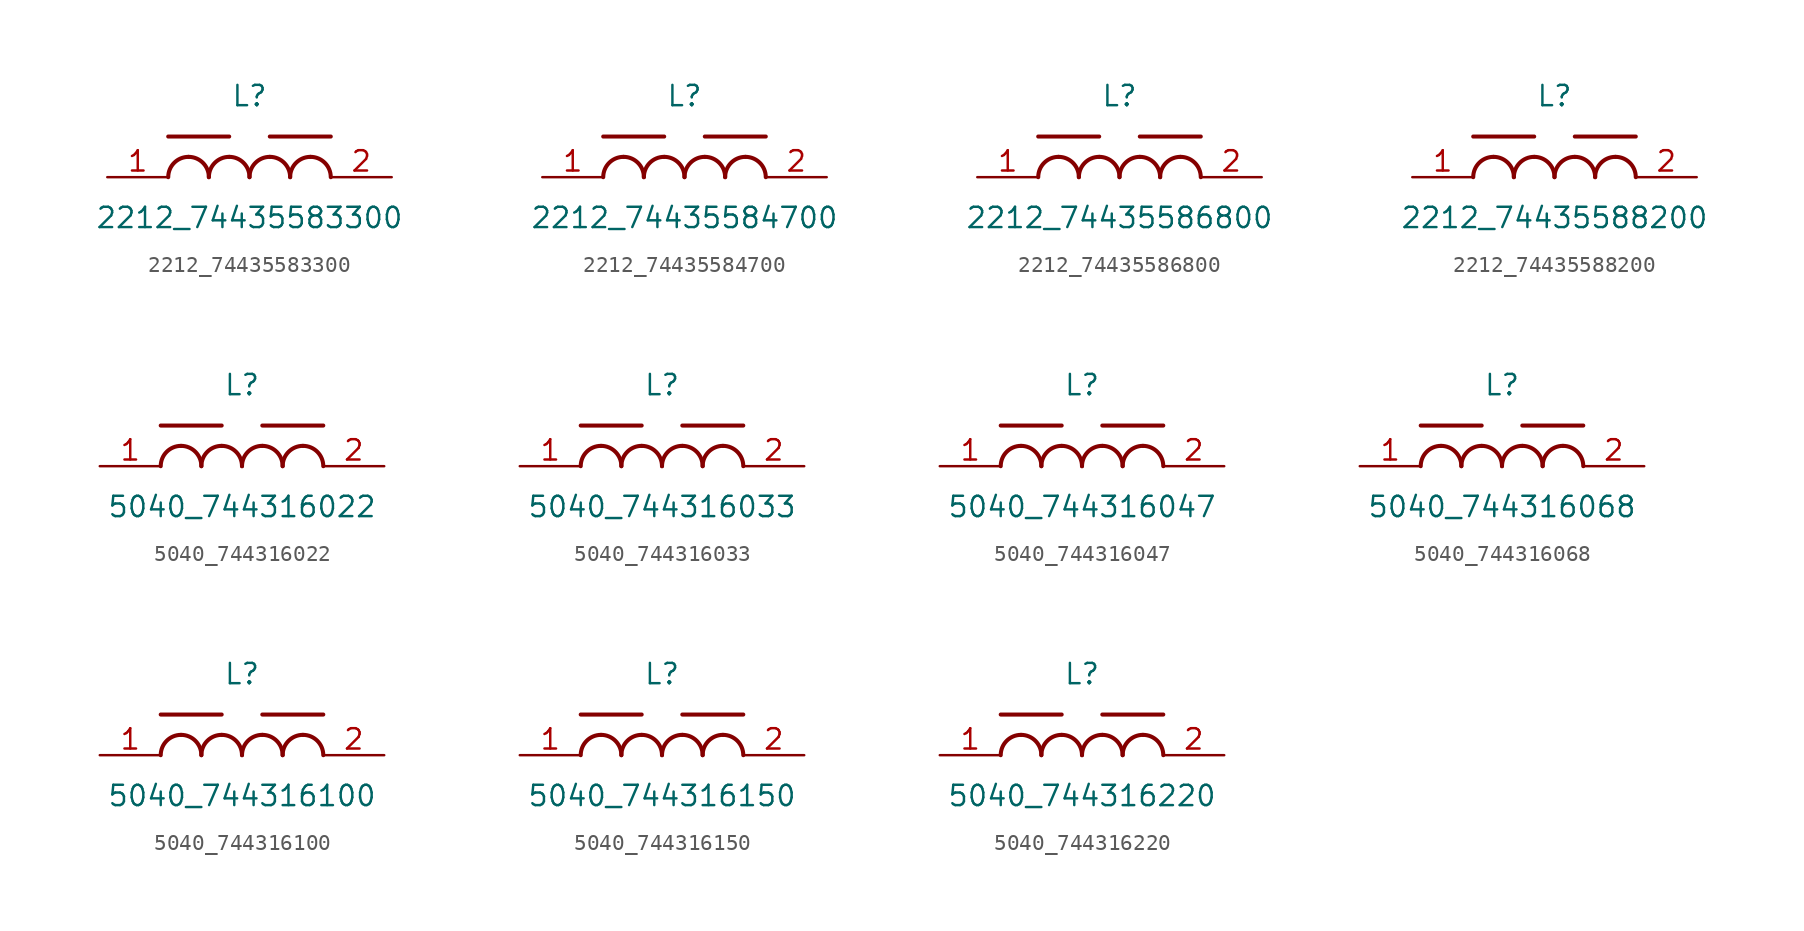
<source format=kicad_sym>
(kicad_symbol_lib
  (version 20211014)
  (generator kicad_symbol_editor)
  (symbol "Inductor_Wurth_WE-HCI:2212_74435583300"
    (pin_names hide)
    (property "Reference" "L"
      (at 0 5.08 0)
      (effects (font (size 1.27 1.27))))
    (property "Value" "2212_74435583300"
      (at 0 -2.54 0)
      (effects (font (size 1.27 1.27))))
    (symbol "2212_74435583300_0_1"
      (arc (start -3.81 1.27) (mid -4.708 0.898) (end -5.08 0) (stroke (width 0.254) (type default) (color 0 0 0 0)) (fill (type none)))
      (arc (start -2.54 0) (mid -2.912 0.898) (end -3.81 1.27) (stroke (width 0.254) (type default) (color 0 0 0 0)) (fill (type none)))
      (arc (start -1.2699 1.2701) (mid -2.1679 0.8981) (end -2.5399 0.0001) (stroke (width 0.254) (type default) (color 0 0 0 0)) (fill (type none)))
      (polyline (pts (xy -5.08 2.54) (xy -1.27 2.54)) (stroke (width 0.254) (type default) (color 0 0 0 0)) (fill (type none)))
      (polyline (pts (xy 5.08 2.54) (xy 1.27 2.54)) (stroke (width 0.254) (type default) (color 0 0 0 0)) (fill (type none)))
      (arc (start 0.0001 0.0001) (mid -0.3719 0.8981) (end -1.2699 1.2701) (stroke (width 0.254) (type default) (color 0 0 0 0)) (fill (type none)))
      (arc (start 1.2701 1.2701) (mid 0.3721 0.8981) (end 0.0001 0.0001) (stroke (width 0.254) (type default) (color 0 0 0 0)) (fill (type none)))
      (arc (start 2.5401 0.0001) (mid 2.1681 0.8981) (end 1.2701 1.2701) (stroke (width 0.254) (type default) (color 0 0 0 0)) (fill (type none)))
      (arc (start 3.8101 1.2701) (mid 2.9121 0.8981) (end 2.5401 0.0001) (stroke (width 0.254) (type default) (color 0 0 0 0)) (fill (type none)))
      (arc (start 5.0801 0.0001) (mid 4.7081 0.8981) (end 3.8101 1.2701) (stroke (width 0.254) (type default) (color 0 0 0 0)) (fill (type none))))
    (symbol "2212_74435583300_1_1"
      (pin passive line (at -8.89 0 0) (length 3.81) (name "1" (effects (font (size 1.27 1.27)))) (number "1" (effects (font (size 1.27 1.27)))))
      (pin passive line (at 8.89 0 180) (length 3.81) (name "2" (effects (font (size 1.27 1.27)))) (number "2" (effects (font (size 1.27 1.27)))))))
  (symbol "Inductor_Wurth_WE-HCI:2212_74435584700"
    (pin_names hide)
    (property "Reference" "L"
      (at 0 5.08 0)
      (effects (font (size 1.27 1.27))))
    (property "Value" "2212_74435584700"
      (at 0 -2.54 0)
      (effects (font (size 1.27 1.27))))
    (symbol "2212_74435584700_0_1"
      (arc (start -3.81 1.27) (mid -4.708 0.898) (end -5.08 0) (stroke (width 0.254) (type default) (color 0 0 0 0)) (fill (type none)))
      (arc (start -2.54 0) (mid -2.912 0.898) (end -3.81 1.27) (stroke (width 0.254) (type default) (color 0 0 0 0)) (fill (type none)))
      (arc (start -1.2699 1.2701) (mid -2.1679 0.8981) (end -2.5399 0.0001) (stroke (width 0.254) (type default) (color 0 0 0 0)) (fill (type none)))
      (polyline (pts (xy -5.08 2.54) (xy -1.27 2.54)) (stroke (width 0.254) (type default) (color 0 0 0 0)) (fill (type none)))
      (polyline (pts (xy 5.08 2.54) (xy 1.27 2.54)) (stroke (width 0.254) (type default) (color 0 0 0 0)) (fill (type none)))
      (arc (start 0.0001 0.0001) (mid -0.3719 0.8981) (end -1.2699 1.2701) (stroke (width 0.254) (type default) (color 0 0 0 0)) (fill (type none)))
      (arc (start 1.2701 1.2701) (mid 0.3721 0.8981) (end 0.0001 0.0001) (stroke (width 0.254) (type default) (color 0 0 0 0)) (fill (type none)))
      (arc (start 2.5401 0.0001) (mid 2.1681 0.8981) (end 1.2701 1.2701) (stroke (width 0.254) (type default) (color 0 0 0 0)) (fill (type none)))
      (arc (start 3.8101 1.2701) (mid 2.9121 0.8981) (end 2.5401 0.0001) (stroke (width 0.254) (type default) (color 0 0 0 0)) (fill (type none)))
      (arc (start 5.0801 0.0001) (mid 4.7081 0.8981) (end 3.8101 1.2701) (stroke (width 0.254) (type default) (color 0 0 0 0)) (fill (type none))))
    (symbol "2212_74435584700_1_1"
      (pin passive line (at -8.89 0 0) (length 3.81) (name "1" (effects (font (size 1.27 1.27)))) (number "1" (effects (font (size 1.27 1.27)))))
      (pin passive line (at 8.89 0 180) (length 3.81) (name "2" (effects (font (size 1.27 1.27)))) (number "2" (effects (font (size 1.27 1.27)))))))
  (symbol "Inductor_Wurth_WE-HCI:2212_74435586800"
    (pin_names hide)
    (property "Reference" "L"
      (at 0 5.08 0)
      (effects (font (size 1.27 1.27))))
    (property "Value" "2212_74435586800"
      (at 0 -2.54 0)
      (effects (font (size 1.27 1.27))))
    (symbol "2212_74435586800_0_1"
      (arc (start -3.81 1.27) (mid -4.708 0.898) (end -5.08 0) (stroke (width 0.254) (type default) (color 0 0 0 0)) (fill (type none)))
      (arc (start -2.54 0) (mid -2.912 0.898) (end -3.81 1.27) (stroke (width 0.254) (type default) (color 0 0 0 0)) (fill (type none)))
      (arc (start -1.2699 1.2701) (mid -2.1679 0.8981) (end -2.5399 0.0001) (stroke (width 0.254) (type default) (color 0 0 0 0)) (fill (type none)))
      (polyline (pts (xy -5.08 2.54) (xy -1.27 2.54)) (stroke (width 0.254) (type default) (color 0 0 0 0)) (fill (type none)))
      (polyline (pts (xy 5.08 2.54) (xy 1.27 2.54)) (stroke (width 0.254) (type default) (color 0 0 0 0)) (fill (type none)))
      (arc (start 0.0001 0.0001) (mid -0.3719 0.8981) (end -1.2699 1.2701) (stroke (width 0.254) (type default) (color 0 0 0 0)) (fill (type none)))
      (arc (start 1.2701 1.2701) (mid 0.3721 0.8981) (end 0.0001 0.0001) (stroke (width 0.254) (type default) (color 0 0 0 0)) (fill (type none)))
      (arc (start 2.5401 0.0001) (mid 2.1681 0.8981) (end 1.2701 1.2701) (stroke (width 0.254) (type default) (color 0 0 0 0)) (fill (type none)))
      (arc (start 3.8101 1.2701) (mid 2.9121 0.8981) (end 2.5401 0.0001) (stroke (width 0.254) (type default) (color 0 0 0 0)) (fill (type none)))
      (arc (start 5.0801 0.0001) (mid 4.7081 0.8981) (end 3.8101 1.2701) (stroke (width 0.254) (type default) (color 0 0 0 0)) (fill (type none))))
    (symbol "2212_74435586800_1_1"
      (pin passive line (at -8.89 0 0) (length 3.81) (name "1" (effects (font (size 1.27 1.27)))) (number "1" (effects (font (size 1.27 1.27)))))
      (pin passive line (at 8.89 0 180) (length 3.81) (name "2" (effects (font (size 1.27 1.27)))) (number "2" (effects (font (size 1.27 1.27)))))))
  (symbol "Inductor_Wurth_WE-HCI:2212_74435588200"
    (pin_names hide)
    (property "Reference" "L"
      (at 0 5.08 0)
      (effects (font (size 1.27 1.27))))
    (property "Value" "2212_74435588200"
      (at 0 -2.54 0)
      (effects (font (size 1.27 1.27))))
    (symbol "2212_74435588200_0_1"
      (arc (start -3.81 1.27) (mid -4.708 0.898) (end -5.08 0) (stroke (width 0.254) (type default) (color 0 0 0 0)) (fill (type none)))
      (arc (start -2.54 0) (mid -2.912 0.898) (end -3.81 1.27) (stroke (width 0.254) (type default) (color 0 0 0 0)) (fill (type none)))
      (arc (start -1.2699 1.2701) (mid -2.1679 0.8981) (end -2.5399 0.0001) (stroke (width 0.254) (type default) (color 0 0 0 0)) (fill (type none)))
      (polyline (pts (xy -5.08 2.54) (xy -1.27 2.54)) (stroke (width 0.254) (type default) (color 0 0 0 0)) (fill (type none)))
      (polyline (pts (xy 5.08 2.54) (xy 1.27 2.54)) (stroke (width 0.254) (type default) (color 0 0 0 0)) (fill (type none)))
      (arc (start 0.0001 0.0001) (mid -0.3719 0.8981) (end -1.2699 1.2701) (stroke (width 0.254) (type default) (color 0 0 0 0)) (fill (type none)))
      (arc (start 1.2701 1.2701) (mid 0.3721 0.8981) (end 0.0001 0.0001) (stroke (width 0.254) (type default) (color 0 0 0 0)) (fill (type none)))
      (arc (start 2.5401 0.0001) (mid 2.1681 0.8981) (end 1.2701 1.2701) (stroke (width 0.254) (type default) (color 0 0 0 0)) (fill (type none)))
      (arc (start 3.8101 1.2701) (mid 2.9121 0.8981) (end 2.5401 0.0001) (stroke (width 0.254) (type default) (color 0 0 0 0)) (fill (type none)))
      (arc (start 5.0801 0.0001) (mid 4.7081 0.8981) (end 3.8101 1.2701) (stroke (width 0.254) (type default) (color 0 0 0 0)) (fill (type none))))
    (symbol "2212_74435588200_1_1"
      (pin passive line (at -8.89 0 0) (length 3.81) (name "1" (effects (font (size 1.27 1.27)))) (number "1" (effects (font (size 1.27 1.27)))))
      (pin passive line (at 8.89 0 180) (length 3.81) (name "2" (effects (font (size 1.27 1.27)))) (number "2" (effects (font (size 1.27 1.27)))))))
  (symbol "Inductor_Wurth_WE-HCI:5040_744316022"
    (pin_names hide)
    (property "Reference" "L"
      (at 0 5.08 0)
      (effects (font (size 1.27 1.27))))
    (property "Value" "5040_744316022"
      (at 0 -2.54 0)
      (effects (font (size 1.27 1.27))))
    (symbol "5040_744316022_0_1"
      (arc (start -3.81 1.27) (mid -4.708 0.898) (end -5.08 0) (stroke (width 0.254) (type default) (color 0 0 0 0)) (fill (type none)))
      (arc (start -2.54 0) (mid -2.912 0.898) (end -3.81 1.27) (stroke (width 0.254) (type default) (color 0 0 0 0)) (fill (type none)))
      (arc (start -1.2699 1.2701) (mid -2.1679 0.8981) (end -2.5399 0.0001) (stroke (width 0.254) (type default) (color 0 0 0 0)) (fill (type none)))
      (polyline (pts (xy -5.08 2.54) (xy -1.27 2.54)) (stroke (width 0.254) (type default) (color 0 0 0 0)) (fill (type none)))
      (polyline (pts (xy 5.08 2.54) (xy 1.27 2.54)) (stroke (width 0.254) (type default) (color 0 0 0 0)) (fill (type none)))
      (arc (start 0.0001 0.0001) (mid -0.3719 0.8981) (end -1.2699 1.2701) (stroke (width 0.254) (type default) (color 0 0 0 0)) (fill (type none)))
      (arc (start 1.2701 1.2701) (mid 0.3721 0.8981) (end 0.0001 0.0001) (stroke (width 0.254) (type default) (color 0 0 0 0)) (fill (type none)))
      (arc (start 2.5401 0.0001) (mid 2.1681 0.8981) (end 1.2701 1.2701) (stroke (width 0.254) (type default) (color 0 0 0 0)) (fill (type none)))
      (arc (start 3.8101 1.2701) (mid 2.9121 0.8981) (end 2.5401 0.0001) (stroke (width 0.254) (type default) (color 0 0 0 0)) (fill (type none)))
      (arc (start 5.0801 0.0001) (mid 4.7081 0.8981) (end 3.8101 1.2701) (stroke (width 0.254) (type default) (color 0 0 0 0)) (fill (type none))))
    (symbol "5040_744316022_1_1"
      (pin passive line (at -8.89 0 0) (length 3.81) (name "1" (effects (font (size 1.27 1.27)))) (number "1" (effects (font (size 1.27 1.27)))))
      (pin passive line (at 8.89 0 180) (length 3.81) (name "2" (effects (font (size 1.27 1.27)))) (number "2" (effects (font (size 1.27 1.27)))))))
  (symbol "Inductor_Wurth_WE-HCI:5040_744316033"
    (pin_names hide)
    (property "Reference" "L"
      (at 0 5.08 0)
      (effects (font (size 1.27 1.27))))
    (property "Value" "5040_744316033"
      (at 0 -2.54 0)
      (effects (font (size 1.27 1.27))))
    (symbol "5040_744316033_0_1"
      (arc (start -3.81 1.27) (mid -4.708 0.898) (end -5.08 0) (stroke (width 0.254) (type default) (color 0 0 0 0)) (fill (type none)))
      (arc (start -2.54 0) (mid -2.912 0.898) (end -3.81 1.27) (stroke (width 0.254) (type default) (color 0 0 0 0)) (fill (type none)))
      (arc (start -1.2699 1.2701) (mid -2.1679 0.8981) (end -2.5399 0.0001) (stroke (width 0.254) (type default) (color 0 0 0 0)) (fill (type none)))
      (polyline (pts (xy -5.08 2.54) (xy -1.27 2.54)) (stroke (width 0.254) (type default) (color 0 0 0 0)) (fill (type none)))
      (polyline (pts (xy 5.08 2.54) (xy 1.27 2.54)) (stroke (width 0.254) (type default) (color 0 0 0 0)) (fill (type none)))
      (arc (start 0.0001 0.0001) (mid -0.3719 0.8981) (end -1.2699 1.2701) (stroke (width 0.254) (type default) (color 0 0 0 0)) (fill (type none)))
      (arc (start 1.2701 1.2701) (mid 0.3721 0.8981) (end 0.0001 0.0001) (stroke (width 0.254) (type default) (color 0 0 0 0)) (fill (type none)))
      (arc (start 2.5401 0.0001) (mid 2.1681 0.8981) (end 1.2701 1.2701) (stroke (width 0.254) (type default) (color 0 0 0 0)) (fill (type none)))
      (arc (start 3.8101 1.2701) (mid 2.9121 0.8981) (end 2.5401 0.0001) (stroke (width 0.254) (type default) (color 0 0 0 0)) (fill (type none)))
      (arc (start 5.0801 0.0001) (mid 4.7081 0.8981) (end 3.8101 1.2701) (stroke (width 0.254) (type default) (color 0 0 0 0)) (fill (type none))))
    (symbol "5040_744316033_1_1"
      (pin passive line (at -8.89 0 0) (length 3.81) (name "1" (effects (font (size 1.27 1.27)))) (number "1" (effects (font (size 1.27 1.27)))))
      (pin passive line (at 8.89 0 180) (length 3.81) (name "2" (effects (font (size 1.27 1.27)))) (number "2" (effects (font (size 1.27 1.27)))))))
  (symbol "Inductor_Wurth_WE-HCI:5040_744316047"
    (pin_names hide)
    (property "Reference" "L"
      (at 0 5.08 0)
      (effects (font (size 1.27 1.27))))
    (property "Value" "5040_744316047"
      (at 0 -2.54 0)
      (effects (font (size 1.27 1.27))))
    (symbol "5040_744316047_0_1"
      (arc (start -3.81 1.27) (mid -4.708 0.898) (end -5.08 0) (stroke (width 0.254) (type default) (color 0 0 0 0)) (fill (type none)))
      (arc (start -2.54 0) (mid -2.912 0.898) (end -3.81 1.27) (stroke (width 0.254) (type default) (color 0 0 0 0)) (fill (type none)))
      (arc (start -1.2699 1.2701) (mid -2.1679 0.8981) (end -2.5399 0.0001) (stroke (width 0.254) (type default) (color 0 0 0 0)) (fill (type none)))
      (polyline (pts (xy -5.08 2.54) (xy -1.27 2.54)) (stroke (width 0.254) (type default) (color 0 0 0 0)) (fill (type none)))
      (polyline (pts (xy 5.08 2.54) (xy 1.27 2.54)) (stroke (width 0.254) (type default) (color 0 0 0 0)) (fill (type none)))
      (arc (start 0.0001 0.0001) (mid -0.3719 0.8981) (end -1.2699 1.2701) (stroke (width 0.254) (type default) (color 0 0 0 0)) (fill (type none)))
      (arc (start 1.2701 1.2701) (mid 0.3721 0.8981) (end 0.0001 0.0001) (stroke (width 0.254) (type default) (color 0 0 0 0)) (fill (type none)))
      (arc (start 2.5401 0.0001) (mid 2.1681 0.8981) (end 1.2701 1.2701) (stroke (width 0.254) (type default) (color 0 0 0 0)) (fill (type none)))
      (arc (start 3.8101 1.2701) (mid 2.9121 0.8981) (end 2.5401 0.0001) (stroke (width 0.254) (type default) (color 0 0 0 0)) (fill (type none)))
      (arc (start 5.0801 0.0001) (mid 4.7081 0.8981) (end 3.8101 1.2701) (stroke (width 0.254) (type default) (color 0 0 0 0)) (fill (type none))))
    (symbol "5040_744316047_1_1"
      (pin passive line (at -8.89 0 0) (length 3.81) (name "1" (effects (font (size 1.27 1.27)))) (number "1" (effects (font (size 1.27 1.27)))))
      (pin passive line (at 8.89 0 180) (length 3.81) (name "2" (effects (font (size 1.27 1.27)))) (number "2" (effects (font (size 1.27 1.27)))))))
  (symbol "Inductor_Wurth_WE-HCI:5040_744316068"
    (pin_names hide)
    (property "Reference" "L"
      (at 0 5.08 0)
      (effects (font (size 1.27 1.27))))
    (property "Value" "5040_744316068"
      (at 0 -2.54 0)
      (effects (font (size 1.27 1.27))))
    (symbol "5040_744316068_0_1"
      (arc (start -3.81 1.27) (mid -4.708 0.898) (end -5.08 0) (stroke (width 0.254) (type default) (color 0 0 0 0)) (fill (type none)))
      (arc (start -2.54 0) (mid -2.912 0.898) (end -3.81 1.27) (stroke (width 0.254) (type default) (color 0 0 0 0)) (fill (type none)))
      (arc (start -1.2699 1.2701) (mid -2.1679 0.8981) (end -2.5399 0.0001) (stroke (width 0.254) (type default) (color 0 0 0 0)) (fill (type none)))
      (polyline (pts (xy -5.08 2.54) (xy -1.27 2.54)) (stroke (width 0.254) (type default) (color 0 0 0 0)) (fill (type none)))
      (polyline (pts (xy 5.08 2.54) (xy 1.27 2.54)) (stroke (width 0.254) (type default) (color 0 0 0 0)) (fill (type none)))
      (arc (start 0.0001 0.0001) (mid -0.3719 0.8981) (end -1.2699 1.2701) (stroke (width 0.254) (type default) (color 0 0 0 0)) (fill (type none)))
      (arc (start 1.2701 1.2701) (mid 0.3721 0.8981) (end 0.0001 0.0001) (stroke (width 0.254) (type default) (color 0 0 0 0)) (fill (type none)))
      (arc (start 2.5401 0.0001) (mid 2.1681 0.8981) (end 1.2701 1.2701) (stroke (width 0.254) (type default) (color 0 0 0 0)) (fill (type none)))
      (arc (start 3.8101 1.2701) (mid 2.9121 0.8981) (end 2.5401 0.0001) (stroke (width 0.254) (type default) (color 0 0 0 0)) (fill (type none)))
      (arc (start 5.0801 0.0001) (mid 4.7081 0.8981) (end 3.8101 1.2701) (stroke (width 0.254) (type default) (color 0 0 0 0)) (fill (type none))))
    (symbol "5040_744316068_1_1"
      (pin passive line (at -8.89 0 0) (length 3.81) (name "1" (effects (font (size 1.27 1.27)))) (number "1" (effects (font (size 1.27 1.27)))))
      (pin passive line (at 8.89 0 180) (length 3.81) (name "2" (effects (font (size 1.27 1.27)))) (number "2" (effects (font (size 1.27 1.27)))))))
  (symbol "Inductor_Wurth_WE-HCI:5040_744316100"
    (pin_names hide)
    (property "Reference" "L"
      (at 0 5.08 0)
      (effects (font (size 1.27 1.27))))
    (property "Value" "5040_744316100"
      (at 0 -2.54 0)
      (effects (font (size 1.27 1.27))))
    (symbol "5040_744316100_0_1"
      (arc (start -3.81 1.27) (mid -4.708 0.898) (end -5.08 0) (stroke (width 0.254) (type default) (color 0 0 0 0)) (fill (type none)))
      (arc (start -2.54 0) (mid -2.912 0.898) (end -3.81 1.27) (stroke (width 0.254) (type default) (color 0 0 0 0)) (fill (type none)))
      (arc (start -1.2699 1.2701) (mid -2.1679 0.8981) (end -2.5399 0.0001) (stroke (width 0.254) (type default) (color 0 0 0 0)) (fill (type none)))
      (polyline (pts (xy -5.08 2.54) (xy -1.27 2.54)) (stroke (width 0.254) (type default) (color 0 0 0 0)) (fill (type none)))
      (polyline (pts (xy 5.08 2.54) (xy 1.27 2.54)) (stroke (width 0.254) (type default) (color 0 0 0 0)) (fill (type none)))
      (arc (start 0.0001 0.0001) (mid -0.3719 0.8981) (end -1.2699 1.2701) (stroke (width 0.254) (type default) (color 0 0 0 0)) (fill (type none)))
      (arc (start 1.2701 1.2701) (mid 0.3721 0.8981) (end 0.0001 0.0001) (stroke (width 0.254) (type default) (color 0 0 0 0)) (fill (type none)))
      (arc (start 2.5401 0.0001) (mid 2.1681 0.8981) (end 1.2701 1.2701) (stroke (width 0.254) (type default) (color 0 0 0 0)) (fill (type none)))
      (arc (start 3.8101 1.2701) (mid 2.9121 0.8981) (end 2.5401 0.0001) (stroke (width 0.254) (type default) (color 0 0 0 0)) (fill (type none)))
      (arc (start 5.0801 0.0001) (mid 4.7081 0.8981) (end 3.8101 1.2701) (stroke (width 0.254) (type default) (color 0 0 0 0)) (fill (type none))))
    (symbol "5040_744316100_1_1"
      (pin passive line (at -8.89 0 0) (length 3.81) (name "1" (effects (font (size 1.27 1.27)))) (number "1" (effects (font (size 1.27 1.27)))))
      (pin passive line (at 8.89 0 180) (length 3.81) (name "2" (effects (font (size 1.27 1.27)))) (number "2" (effects (font (size 1.27 1.27)))))))
  (symbol "Inductor_Wurth_WE-HCI:5040_744316150"
    (pin_names hide)
    (property "Reference" "L"
      (at 0 5.08 0)
      (effects (font (size 1.27 1.27))))
    (property "Value" "5040_744316150"
      (at 0 -2.54 0)
      (effects (font (size 1.27 1.27))))
    (symbol "5040_744316150_0_1"
      (arc (start -3.81 1.27) (mid -4.708 0.898) (end -5.08 0) (stroke (width 0.254) (type default) (color 0 0 0 0)) (fill (type none)))
      (arc (start -2.54 0) (mid -2.912 0.898) (end -3.81 1.27) (stroke (width 0.254) (type default) (color 0 0 0 0)) (fill (type none)))
      (arc (start -1.2699 1.2701) (mid -2.1679 0.8981) (end -2.5399 0.0001) (stroke (width 0.254) (type default) (color 0 0 0 0)) (fill (type none)))
      (polyline (pts (xy -5.08 2.54) (xy -1.27 2.54)) (stroke (width 0.254) (type default) (color 0 0 0 0)) (fill (type none)))
      (polyline (pts (xy 5.08 2.54) (xy 1.27 2.54)) (stroke (width 0.254) (type default) (color 0 0 0 0)) (fill (type none)))
      (arc (start 0.0001 0.0001) (mid -0.3719 0.8981) (end -1.2699 1.2701) (stroke (width 0.254) (type default) (color 0 0 0 0)) (fill (type none)))
      (arc (start 1.2701 1.2701) (mid 0.3721 0.8981) (end 0.0001 0.0001) (stroke (width 0.254) (type default) (color 0 0 0 0)) (fill (type none)))
      (arc (start 2.5401 0.0001) (mid 2.1681 0.8981) (end 1.2701 1.2701) (stroke (width 0.254) (type default) (color 0 0 0 0)) (fill (type none)))
      (arc (start 3.8101 1.2701) (mid 2.9121 0.8981) (end 2.5401 0.0001) (stroke (width 0.254) (type default) (color 0 0 0 0)) (fill (type none)))
      (arc (start 5.0801 0.0001) (mid 4.7081 0.8981) (end 3.8101 1.2701) (stroke (width 0.254) (type default) (color 0 0 0 0)) (fill (type none))))
    (symbol "5040_744316150_1_1"
      (pin passive line (at -8.89 0 0) (length 3.81) (name "1" (effects (font (size 1.27 1.27)))) (number "1" (effects (font (size 1.27 1.27)))))
      (pin passive line (at 8.89 0 180) (length 3.81) (name "2" (effects (font (size 1.27 1.27)))) (number "2" (effects (font (size 1.27 1.27)))))))
  (symbol "Inductor_Wurth_WE-HCI:5040_744316220"
    (pin_names hide)
    (property "Reference" "L"
      (at 0 5.08 0)
      (effects (font (size 1.27 1.27))))
    (property "Value" "5040_744316220"
      (at 0 -2.54 0)
      (effects (font (size 1.27 1.27))))
    (symbol "5040_744316220_0_1"
      (arc (start -3.81 1.27) (mid -4.708 0.898) (end -5.08 0) (stroke (width 0.254) (type default) (color 0 0 0 0)) (fill (type none)))
      (arc (start -2.54 0) (mid -2.912 0.898) (end -3.81 1.27) (stroke (width 0.254) (type default) (color 0 0 0 0)) (fill (type none)))
      (arc (start -1.2699 1.2701) (mid -2.1679 0.8981) (end -2.5399 0.0001) (stroke (width 0.254) (type default) (color 0 0 0 0)) (fill (type none)))
      (polyline (pts (xy -5.08 2.54) (xy -1.27 2.54)) (stroke (width 0.254) (type default) (color 0 0 0 0)) (fill (type none)))
      (polyline (pts (xy 5.08 2.54) (xy 1.27 2.54)) (stroke (width 0.254) (type default) (color 0 0 0 0)) (fill (type none)))
      (arc (start 0.0001 0.0001) (mid -0.3719 0.8981) (end -1.2699 1.2701) (stroke (width 0.254) (type default) (color 0 0 0 0)) (fill (type none)))
      (arc (start 1.2701 1.2701) (mid 0.3721 0.8981) (end 0.0001 0.0001) (stroke (width 0.254) (type default) (color 0 0 0 0)) (fill (type none)))
      (arc (start 2.5401 0.0001) (mid 2.1681 0.8981) (end 1.2701 1.2701) (stroke (width 0.254) (type default) (color 0 0 0 0)) (fill (type none)))
      (arc (start 3.8101 1.2701) (mid 2.9121 0.8981) (end 2.5401 0.0001) (stroke (width 0.254) (type default) (color 0 0 0 0)) (fill (type none)))
      (arc (start 5.0801 0.0001) (mid 4.7081 0.8981) (end 3.8101 1.2701) (stroke (width 0.254) (type default) (color 0 0 0 0)) (fill (type none))))
    (symbol "5040_744316220_1_1"
      (pin passive line (at -8.89 0 0) (length 3.81) (name "1" (effects (font (size 1.27 1.27)))) (number "1" (effects (font (size 1.27 1.27)))))
      (pin passive line (at 8.89 0 180) (length 3.81) (name "2" (effects (font (size 1.27 1.27)))) (number "2" (effects (font (size 1.27 1.27))))))))
</source>
